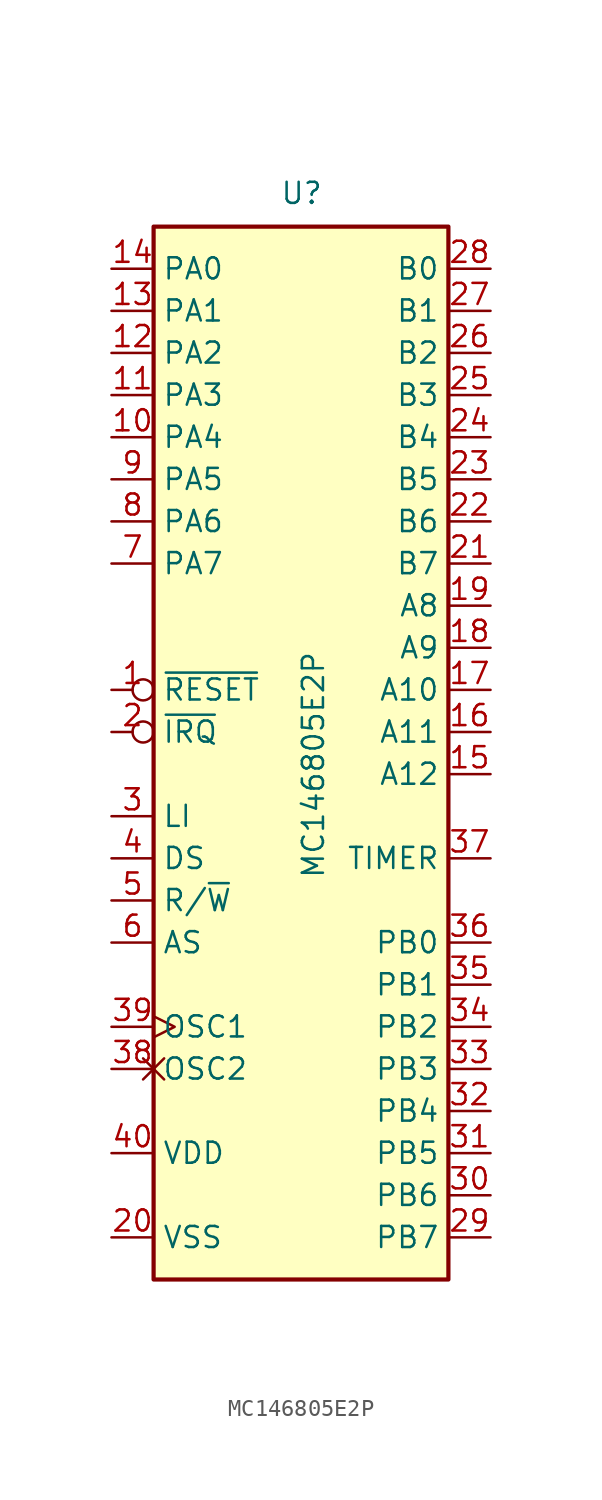
<source format=kicad_sym>
(kicad_symbol_lib
  (version 20231120)
  (generator "kicad_symbol_editor")
  (generator_version "8.0")
  (symbol "MC146805E2P"
    (property "Reference" "U"
      (at -1.27 31.75 0)
      (effects (font (size 1.27 1.27)) (justify left bottom)))
    (property "Value" "MC146805E2P"
      (at 0 -8.89 90)
      (effects (font (size 1.27 1.27)) (justify left top)))
    (symbol "MC146805E2P_0_1"
      (rectangle (start -8.89 -33.02) (end 8.89 30.48) (stroke (width 0.254) (type default)) (fill (type background))))
    (symbol "MC146805E2P_1_1"
      (pin input inverted (at -11.43 2.54 0) (length 2.54) (name "~{RESET}" (effects (font (size 1.27 1.27)))) (number "1" (effects (font (size 1.27 1.27)))))
      (pin bidirectional line (at -11.43 17.78 0) (length 2.54) (name "PA4" (effects (font (size 1.27 1.27)))) (number "10" (effects (font (size 1.27 1.27)))))
      (pin bidirectional line (at -11.43 20.32 0) (length 2.54) (name "PA3" (effects (font (size 1.27 1.27)))) (number "11" (effects (font (size 1.27 1.27)))))
      (pin bidirectional line (at -11.43 22.86 0) (length 2.54) (name "PA2" (effects (font (size 1.27 1.27)))) (number "12" (effects (font (size 1.27 1.27)))))
      (pin bidirectional line (at -11.43 25.4 0) (length 2.54) (name "PA1" (effects (font (size 1.27 1.27)))) (number "13" (effects (font (size 1.27 1.27)))))
      (pin bidirectional line (at -11.43 27.94 0) (length 2.54) (name "PA0" (effects (font (size 1.27 1.27)))) (number "14" (effects (font (size 1.27 1.27)))))
      (pin output line (at 11.43 -2.54 180) (length 2.54) (name "A12" (effects (font (size 1.27 1.27)))) (number "15" (effects (font (size 1.27 1.27)))))
      (pin output line (at 11.43 0 180) (length 2.54) (name "A11" (effects (font (size 1.27 1.27)))) (number "16" (effects (font (size 1.27 1.27)))))
      (pin output line (at 11.43 2.54 180) (length 2.54) (name "A10" (effects (font (size 1.27 1.27)))) (number "17" (effects (font (size 1.27 1.27)))))
      (pin output line (at 11.43 5.08 180) (length 2.54) (name "A9" (effects (font (size 1.27 1.27)))) (number "18" (effects (font (size 1.27 1.27)))))
      (pin output line (at 11.43 7.62 180) (length 2.54) (name "A8" (effects (font (size 1.27 1.27)))) (number "19" (effects (font (size 1.27 1.27)))))
      (pin input inverted (at -11.43 0 0) (length 2.54) (name "~{IRQ}" (effects (font (size 1.27 1.27)))) (number "2" (effects (font (size 1.27 1.27)))))
      (pin power_in line (at -11.43 -30.48 0) (length 2.54) (name "VSS" (effects (font (size 1.27 1.27)))) (number "20" (effects (font (size 1.27 1.27)))))
      (pin bidirectional line (at 11.43 10.16 180) (length 2.54) (name "B7" (effects (font (size 1.27 1.27)))) (number "21" (effects (font (size 1.27 1.27)))))
      (pin bidirectional line (at 11.43 12.7 180) (length 2.54) (name "B6" (effects (font (size 1.27 1.27)))) (number "22" (effects (font (size 1.27 1.27)))))
      (pin bidirectional line (at 11.43 15.24 180) (length 2.54) (name "B5" (effects (font (size 1.27 1.27)))) (number "23" (effects (font (size 1.27 1.27)))))
      (pin bidirectional line (at 11.43 17.78 180) (length 2.54) (name "B4" (effects (font (size 1.27 1.27)))) (number "24" (effects (font (size 1.27 1.27)))))
      (pin bidirectional line (at 11.43 20.32 180) (length 2.54) (name "B3" (effects (font (size 1.27 1.27)))) (number "25" (effects (font (size 1.27 1.27)))))
      (pin bidirectional line (at 11.43 22.86 180) (length 2.54) (name "B2" (effects (font (size 1.27 1.27)))) (number "26" (effects (font (size 1.27 1.27)))))
      (pin bidirectional line (at 11.43 25.4 180) (length 2.54) (name "B1" (effects (font (size 1.27 1.27)))) (number "27" (effects (font (size 1.27 1.27)))))
      (pin bidirectional line (at 11.43 27.94 180) (length 2.54) (name "B0" (effects (font (size 1.27 1.27)))) (number "28" (effects (font (size 1.27 1.27)))))
      (pin bidirectional line (at 11.43 -30.48 180) (length 2.54) (name "PB7" (effects (font (size 1.27 1.27)))) (number "29" (effects (font (size 1.27 1.27)))))
      (pin output line (at -11.43 -5.08 0) (length 2.54) (name "LI" (effects (font (size 1.27 1.27)))) (number "3" (effects (font (size 1.27 1.27)))))
      (pin bidirectional line (at 11.43 -27.94 180) (length 2.54) (name "PB6" (effects (font (size 1.27 1.27)))) (number "30" (effects (font (size 1.27 1.27)))))
      (pin bidirectional line (at 11.43 -25.4 180) (length 2.54) (name "PB5" (effects (font (size 1.27 1.27)))) (number "31" (effects (font (size 1.27 1.27)))))
      (pin bidirectional line (at 11.43 -22.86 180) (length 2.54) (name "PB4" (effects (font (size 1.27 1.27)))) (number "32" (effects (font (size 1.27 1.27)))))
      (pin bidirectional line (at 11.43 -20.32 180) (length 2.54) (name "PB3" (effects (font (size 1.27 1.27)))) (number "33" (effects (font (size 1.27 1.27)))))
      (pin bidirectional line (at 11.43 -17.78 180) (length 2.54) (name "PB2" (effects (font (size 1.27 1.27)))) (number "34" (effects (font (size 1.27 1.27)))))
      (pin bidirectional line (at 11.43 -15.24 180) (length 2.54) (name "PB1" (effects (font (size 1.27 1.27)))) (number "35" (effects (font (size 1.27 1.27)))))
      (pin bidirectional line (at 11.43 -12.7 180) (length 2.54) (name "PB0" (effects (font (size 1.27 1.27)))) (number "36" (effects (font (size 1.27 1.27)))))
      (pin input line (at 11.43 -7.62 180) (length 2.54) (name "TIMER" (effects (font (size 1.27 1.27)))) (number "37" (effects (font (size 1.27 1.27)))))
      (pin output non_logic (at -11.43 -20.32 0) (length 2.54) (name "OSC2" (effects (font (size 1.27 1.27)))) (number "38" (effects (font (size 1.27 1.27)))))
      (pin input clock (at -11.43 -17.78 0) (length 2.54) (name "OSC1" (effects (font (size 1.27 1.27)))) (number "39" (effects (font (size 1.27 1.27)))))
      (pin output line (at -11.43 -7.62 0) (length 2.54) (name "DS" (effects (font (size 1.27 1.27)))) (number "4" (effects (font (size 1.27 1.27)))))
      (pin power_in line (at -11.43 -25.4 0) (length 2.54) (name "VDD" (effects (font (size 1.27 1.27)))) (number "40" (effects (font (size 1.27 1.27)))))
      (pin output line (at -11.43 -10.16 0) (length 2.54) (name "R/~{W}" (effects (font (size 1.27 1.27)))) (number "5" (effects (font (size 1.27 1.27)))))
      (pin output line (at -11.43 -12.7 0) (length 2.54) (name "AS" (effects (font (size 1.27 1.27)))) (number "6" (effects (font (size 1.27 1.27)))))
      (pin bidirectional line (at -11.43 10.16 0) (length 2.54) (name "PA7" (effects (font (size 1.27 1.27)))) (number "7" (effects (font (size 1.27 1.27)))))
      (pin bidirectional line (at -11.43 12.7 0) (length 2.54) (name "PA6" (effects (font (size 1.27 1.27)))) (number "8" (effects (font (size 1.27 1.27)))))
      (pin bidirectional line (at -11.43 15.24 0) (length 2.54) (name "PA5" (effects (font (size 1.27 1.27)))) (number "9" (effects (font (size 1.27 1.27))))))))
</source>
